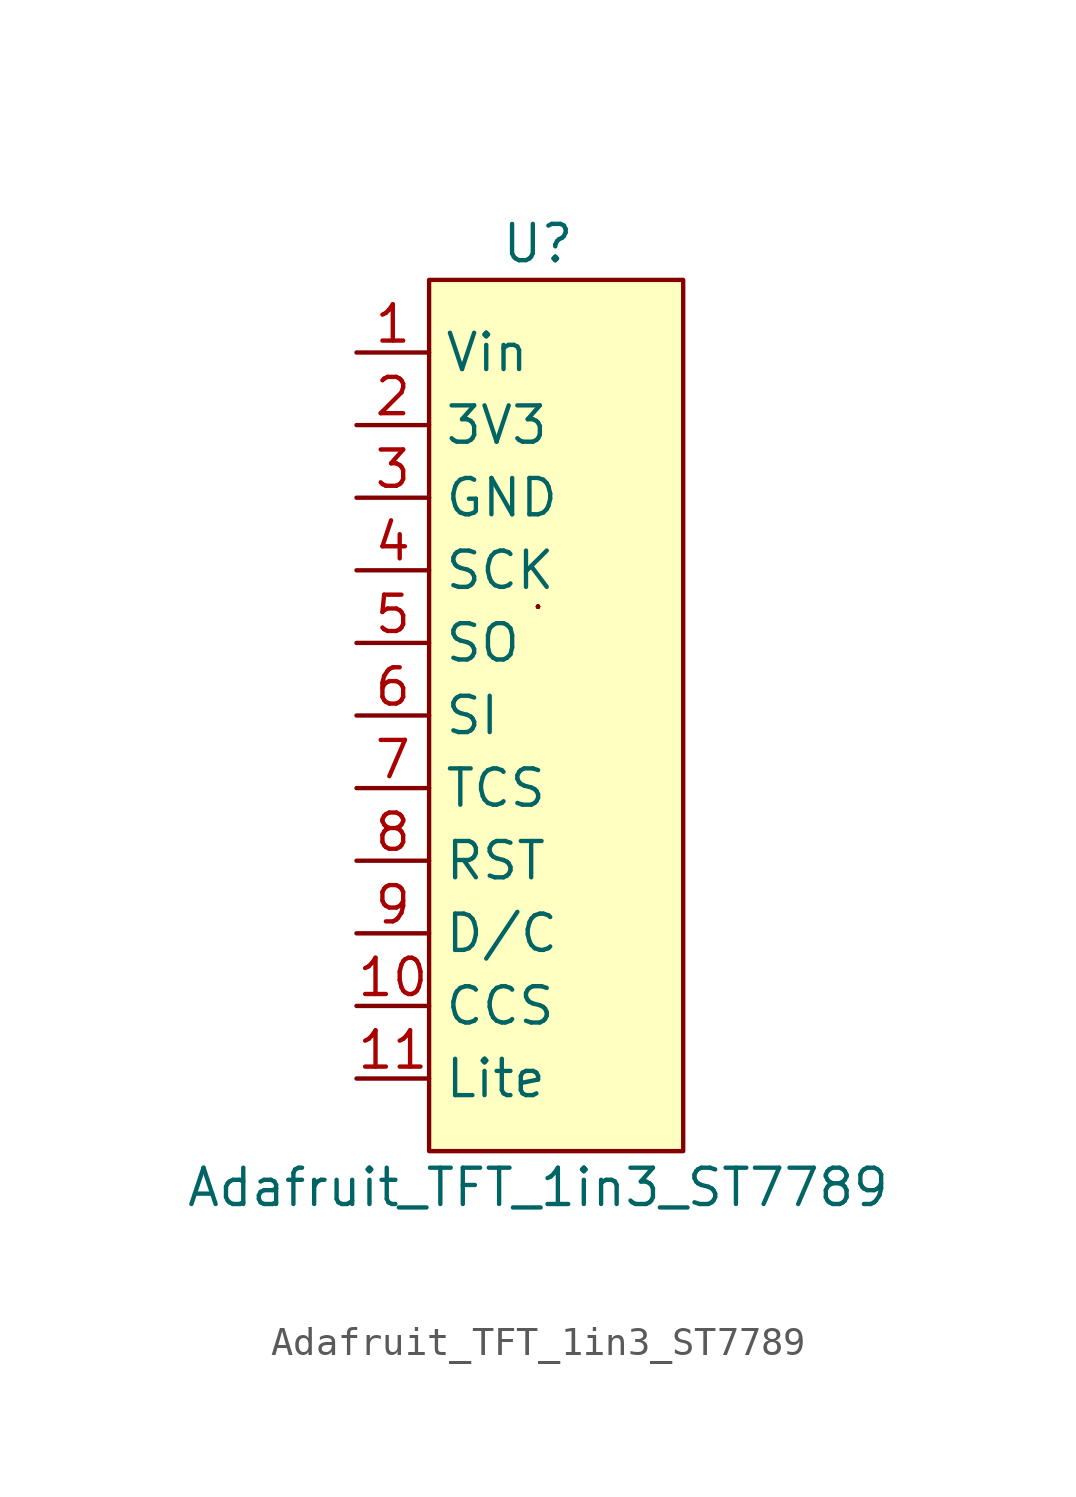
<source format=kicad_sym>
(kicad_symbol_lib
  (version 20211014)
  (generator kicad_symbol_editor)
  (symbol "Adafruit_TFT_1in3_ST7789"
    (property "Reference" "U"
      (at 0 16.51 0)
      (effects (font (size 1.27 1.27))))
    (property "Value" "Adafruit_TFT_1in3_ST7789"
      (at 0 -16.51 0)
      (effects (font (size 1.27 1.27))))
    (symbol "Adafruit_TFT_1in3_ST7789_0_1"
      (rectangle (start -3.81 15.24) (end 5.08 -15.24) (stroke (width 0.152) (type default) (color 0 0 0 0)) (fill (type background)))
      (rectangle (start 0 3.81) (end 0 3.81) (stroke (width 0.152) (type default) (color 0 0 0 0)) (fill (type none)))
      (rectangle (start 0 3.81) (end 0 3.81) (stroke (width 0.152) (type default) (color 0 0 0 0)) (fill (type none)))
      (rectangle (start 0 3.81) (end 0 3.81) (stroke (width 0.152) (type default) (color 0 0 0 0)) (fill (type none)))
      (rectangle (start 0 3.81) (end 0 3.81) (stroke (width 0.152) (type default) (color 0 0 0 0)) (fill (type none)))
      (rectangle (start 0 3.81) (end 0 3.81) (stroke (width 0.152) (type default) (color 0 0 0 0)) (fill (type none)))
      (rectangle (start 0 3.81) (end 0 3.81) (stroke (width 0.152) (type default) (color 0 0 0 0)) (fill (type none)))
      (rectangle (start 0 3.81) (end 0 3.81) (stroke (width 0.152) (type default) (color 0 0 0 0)) (fill (type none))))
    (symbol "Adafruit_TFT_1in3_ST7789_1_1"
      (pin power_in line (at -6.35 12.7 0) (length 2.54) (name "Vin" (effects (font (size 1.27 1.27)))) (number "1" (effects (font (size 1.27 1.27)))))
      (pin input line (at -6.35 -10.16 0) (length 2.54) (name "CCS" (effects (font (size 1.27 1.27)))) (number "10" (effects (font (size 1.27 1.27)))))
      (pin input line (at -6.35 -12.7 0) (length 2.54) (name "Lite" (effects (font (size 1.27 1.27)))) (number "11" (effects (font (size 1.27 1.27)))))
      (pin power_out line (at -6.35 10.16 0) (length 2.54) (name "3V3" (effects (font (size 1.27 1.27)))) (number "2" (effects (font (size 1.27 1.27)))))
      (pin power_in line (at -6.35 7.62 0) (length 2.54) (name "GND" (effects (font (size 1.27 1.27)))) (number "3" (effects (font (size 1.27 1.27)))))
      (pin input line (at -6.35 5.08 0) (length 2.54) (name "SCK" (effects (font (size 1.27 1.27)))) (number "4" (effects (font (size 1.27 1.27)))))
      (pin output line (at -6.35 2.54 0) (length 2.54) (name "SO" (effects (font (size 1.27 1.27)))) (number "5" (effects (font (size 1.27 1.27)))))
      (pin input line (at -6.35 0 0) (length 2.54) (name "SI" (effects (font (size 1.27 1.27)))) (number "6" (effects (font (size 1.27 1.27)))))
      (pin input line (at -6.35 -2.54 0) (length 2.54) (name "TCS" (effects (font (size 1.27 1.27)))) (number "7" (effects (font (size 1.27 1.27)))))
      (pin input line (at -6.35 -5.08 0) (length 2.54) (name "RST" (effects (font (size 1.27 1.27)))) (number "8" (effects (font (size 1.27 1.27)))))
      (pin input line (at -6.35 -7.62 0) (length 2.54) (name "D/C" (effects (font (size 1.27 1.27)))) (number "9" (effects (font (size 1.27 1.27))))))))
</source>
